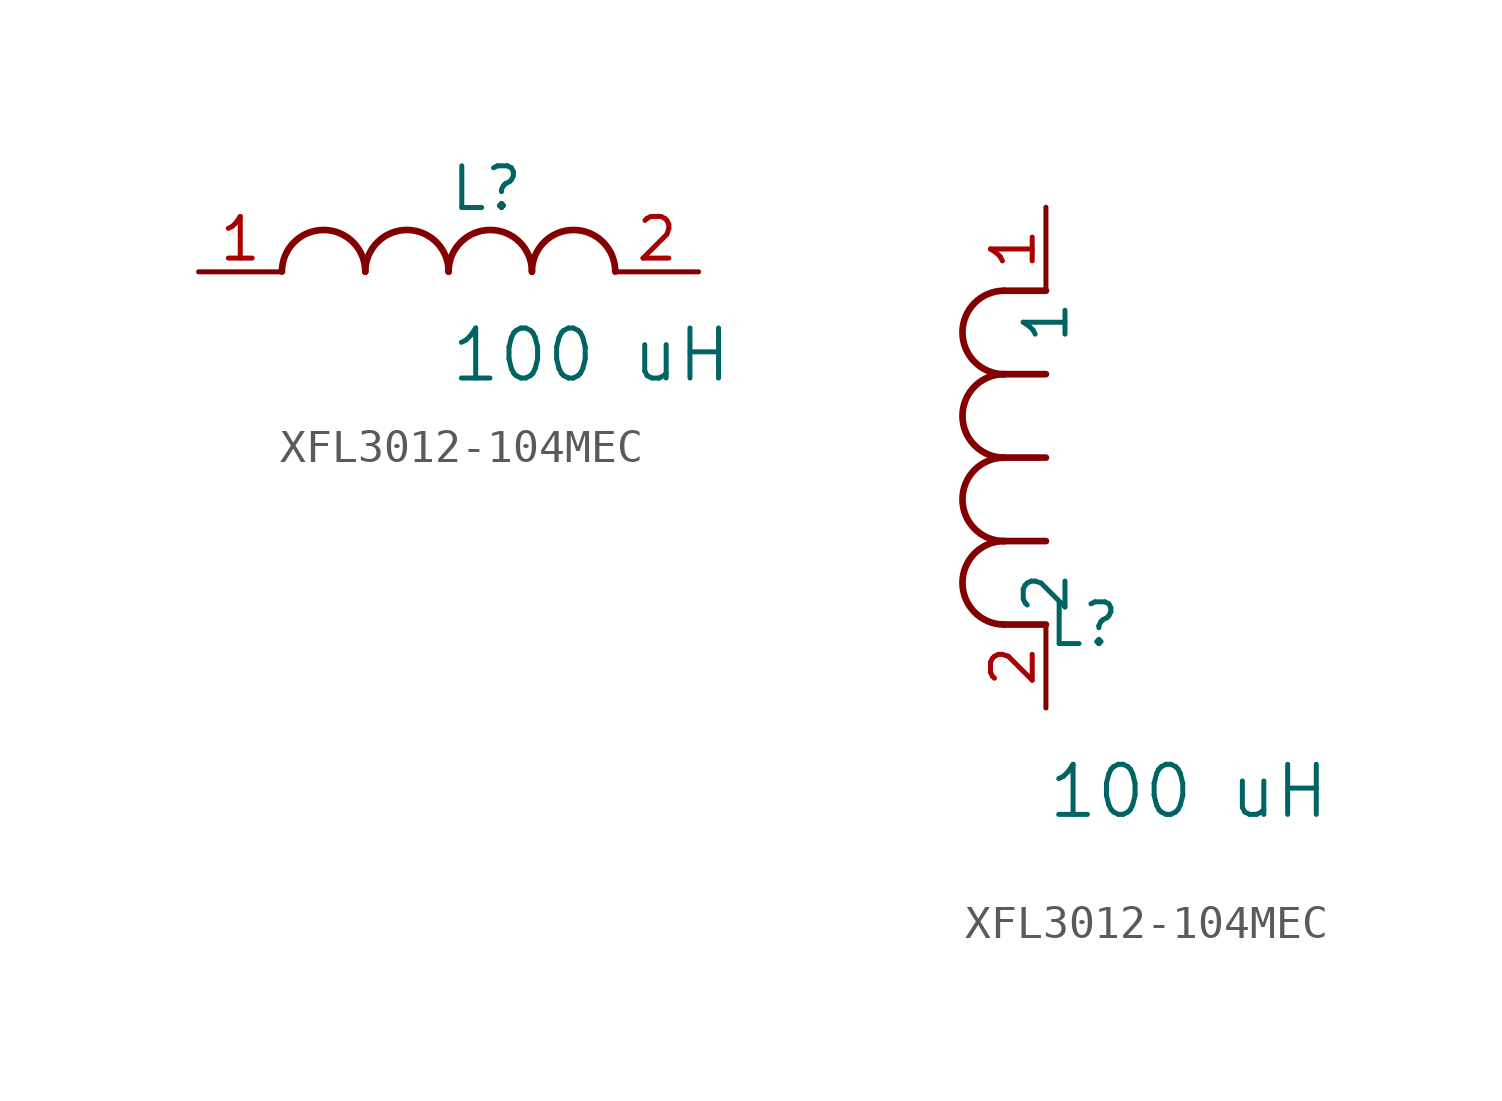
<source format=kicad_sym>
(kicad_symbol_lib
  (version 20231120)
  (generator "kicad_symbol_editor")
  (generator_version "8.0")
  (symbol "XFL3012-104MEC"
    (pin_names
      (offset 0.254))
    (property "Reference" "L"
      (at 0 2.54 0)
      (effects (font (size 1.27 1.27)) (justify left)))
    (property "Value" "100 uH"
      (at 0 -2.54 0)
      (effects (font (size 1.524 1.524)) (justify left)))
    (symbol "XFL3012-104MEC_1_1"
      (arc (start -2.54 0.0056) (mid -3.81 1.27) (end -5.08 0.0056) (stroke (width 0.2032) (type default)) (fill (type none)))
      (arc (start 0 0.0056) (mid -1.27 1.27) (end -2.54 0.0056) (stroke (width 0.2032) (type default)) (fill (type none)))
      (arc (start 2.54 0.0056) (mid 1.27 1.27) (end 0 0.0056) (stroke (width 0.2032) (type default)) (fill (type none)))
      (arc (start 5.08 0.0056) (mid 3.81 1.27) (end 2.54 0.0056) (stroke (width 0.2032) (type default)) (fill (type none)))
      (pin unspecified line (at -7.62 0 0) (length 2.54) (name "" (effects (font (size 1.27 1.27)))) (number "1" (effects (font (size 1.27 1.27)))))
      (pin unspecified line (at 7.62 0 180) (length 2.54) (name "" (effects (font (size 1.27 1.27)))) (number "2" (effects (font (size 1.27 1.27))))))
    (symbol "XFL3012-104MEC_1_2"
      (arc (start -1.27 5.08) (mid -2.5344 3.81) (end -1.27 2.54) (stroke (width 0.2032) (type default)) (fill (type none)))
      (arc (start -1.27 7.62) (mid -2.5344 6.35) (end -1.27 5.08) (stroke (width 0.2032) (type default)) (fill (type none)))
      (arc (start -1.27 10.16) (mid -2.5344 8.89) (end -1.27 7.62) (stroke (width 0.2032) (type default)) (fill (type none)))
      (arc (start -1.27 12.7) (mid -2.5344 11.43) (end -1.27 10.16) (stroke (width 0.2032) (type default)) (fill (type none)))
      (polyline (pts (xy 0 2.54) (xy -1.27 2.54)) (stroke (width 0.203) (type default)) (fill (type none)))
      (polyline (pts (xy 0 5.08) (xy -1.27 5.08)) (stroke (width 0.203) (type default)) (fill (type none)))
      (polyline (pts (xy 0 7.62) (xy -1.27 7.62)) (stroke (width 0.203) (type default)) (fill (type none)))
      (polyline (pts (xy 0 10.16) (xy -1.27 10.16)) (stroke (width 0.203) (type default)) (fill (type none)))
      (polyline (pts (xy 0 12.7) (xy -1.27 12.7)) (stroke (width 0.203) (type default)) (fill (type none)))
      (pin unspecified line (at 0 15.24 270) (length 2.54) (name "1" (effects (font (size 1.27 1.27)))) (number "1" (effects (font (size 1.27 1.27)))))
      (pin unspecified line (at 0 0 90) (length 2.54) (name "2" (effects (font (size 1.27 1.27)))) (number "2" (effects (font (size 1.27 1.27))))))))
</source>
